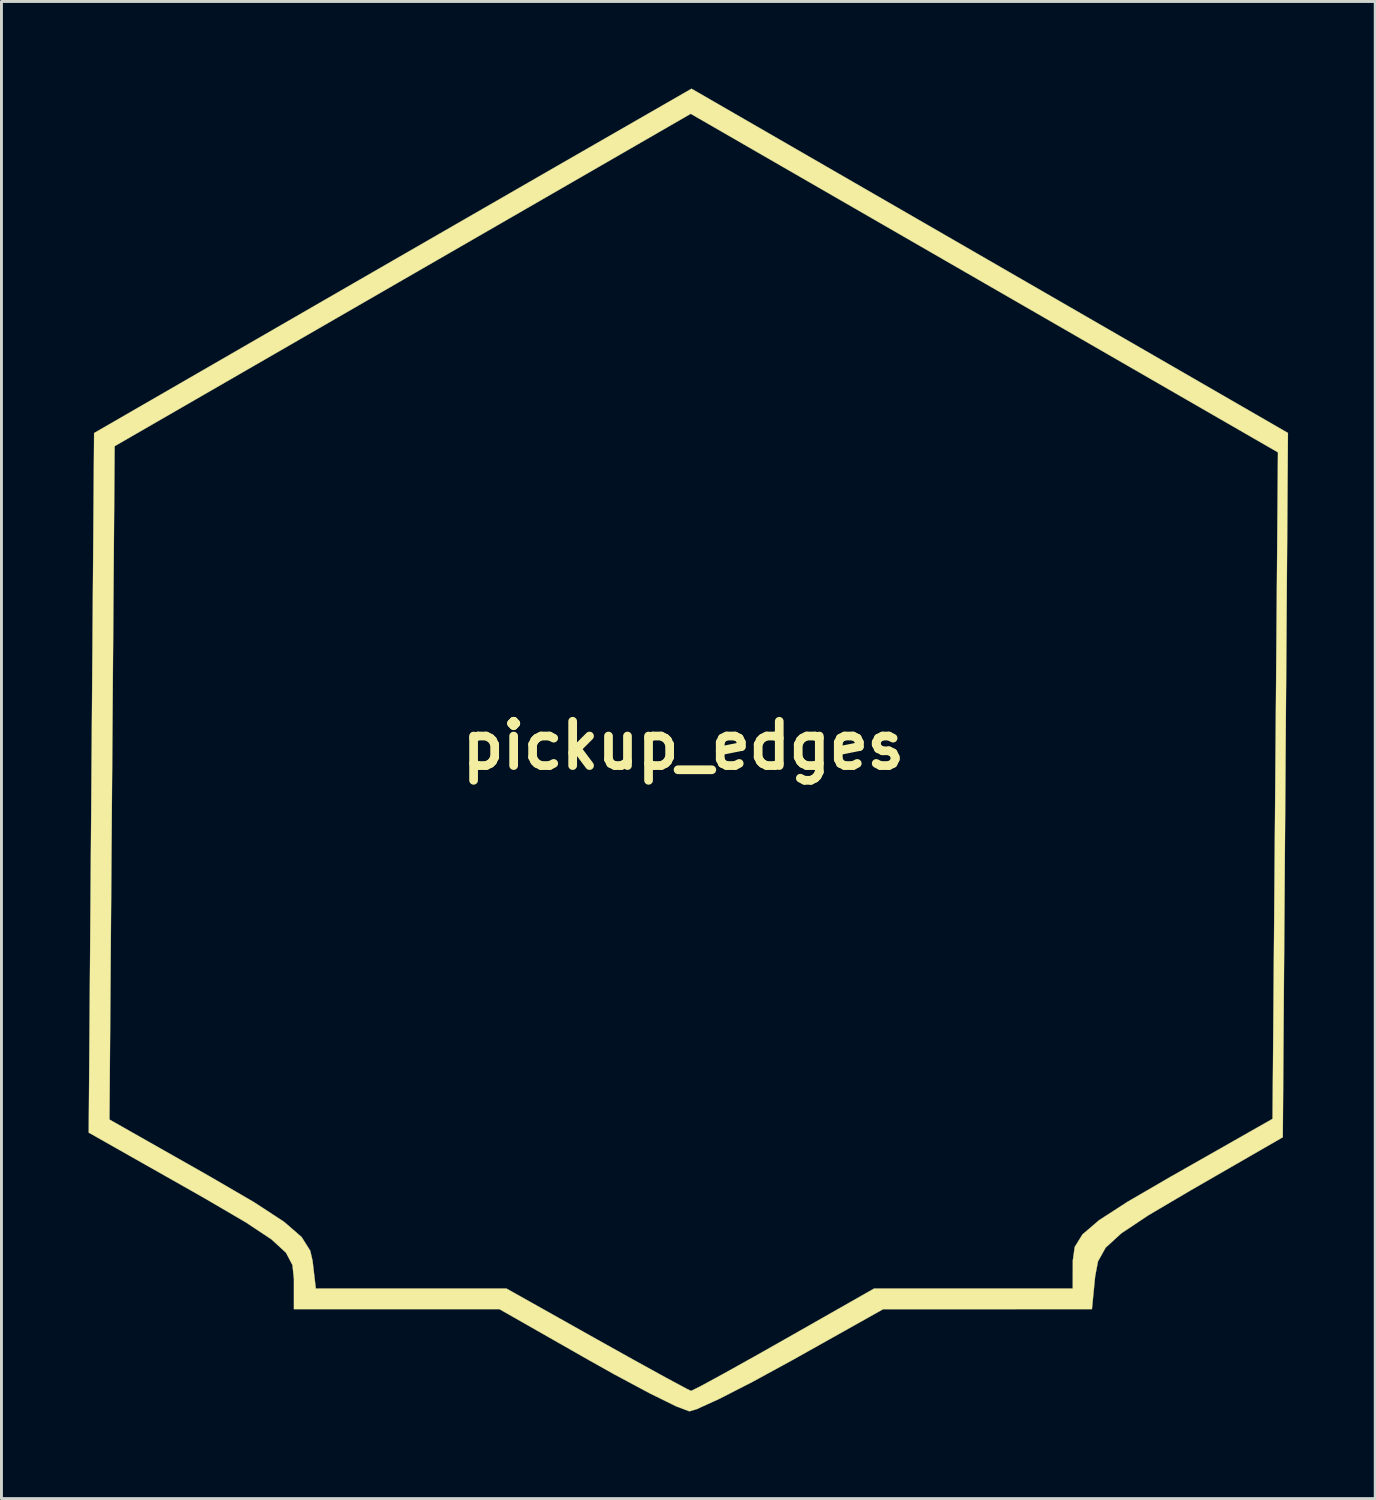
<source format=kicad_pcb>
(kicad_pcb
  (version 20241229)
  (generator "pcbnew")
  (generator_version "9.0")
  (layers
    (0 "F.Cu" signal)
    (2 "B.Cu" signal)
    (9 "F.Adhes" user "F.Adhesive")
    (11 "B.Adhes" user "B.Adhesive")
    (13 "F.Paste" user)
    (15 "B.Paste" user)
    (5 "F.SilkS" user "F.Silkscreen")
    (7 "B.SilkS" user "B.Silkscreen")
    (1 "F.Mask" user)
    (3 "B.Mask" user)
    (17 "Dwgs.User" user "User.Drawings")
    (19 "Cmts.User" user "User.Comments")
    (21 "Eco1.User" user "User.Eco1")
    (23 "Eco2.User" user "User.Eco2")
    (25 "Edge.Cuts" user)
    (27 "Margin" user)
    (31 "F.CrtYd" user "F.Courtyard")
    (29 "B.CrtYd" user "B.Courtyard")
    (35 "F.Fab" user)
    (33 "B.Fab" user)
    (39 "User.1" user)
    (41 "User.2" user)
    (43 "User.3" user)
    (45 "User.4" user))
  (footprint "pickup_edges"
    (layer "F.Cu")
    (at 20.475 22.616)
    (property "Reference" "pickup_edges" (at 0 0 0) (layer "F.SilkS") (effects (font (size 1.524 1.524) (thickness 0.3))))
    (attr through_hole)
    (fp_poly (pts (xy 10.547 -16.686) (xy 20.814 -10.76) (xy 20.637 13.485) (xy 17.462 15.315) (xy 16.018 16.166) (xy 15.082 16.789) (xy 14.538 17.286) (xy 14.274 17.76) (xy 14.177 18.273) (xy 14.066 19.403) (xy 10.473 19.404) (xy 6.879 19.404) (xy 3.736 21.167) (xy 2.381 21.906) (xy 1.238 22.491) (xy 0.457 22.847) (xy 0.208 22.92) (xy -0.245 22.75) (xy -1.158 22.3) (xy -2.378 21.647) (xy -3.254 21.156) (xy -6.332 19.403) (xy -13.406 19.403) (xy -13.406 18.364) (xy -13.456 17.886) (xy -13.678 17.462) (xy -14.176 17.003) (xy -15.056 16.419) (xy -16.421 15.62) (xy -16.938 15.326) (xy -20.47 13.326) (xy -20.467 12.876) (xy -19.757 12.876) (xy -16.317 14.827) (xy -14.771 15.727) (xy -13.748 16.396) (xy -13.142 16.921) (xy -12.846 17.39) (xy -12.765 17.737) (xy -12.653 18.697) (xy -6.086 18.697) (xy -2.955 20.455) (xy -1.64 21.189) (xy -0.578 21.774) (xy 0.097 22.136) (xy 0.267 22.219) (xy 0.592 22.058) (xy 1.395 21.621) (xy 2.542 20.981) (xy 3.461 20.461) (xy 6.563 18.697) (xy 13.406 18.697) (xy 13.409 17.727) (xy 13.475 17.262) (xy 13.741 16.831) (xy 14.311 16.343) (xy 15.292 15.708) (xy 16.789 14.838) (xy 16.848 14.805) (xy 20.285 12.852) (xy 20.471 -10.093) (xy 10.362 -15.921) (xy 0.254 -21.749) (xy -9.663 -16.028) (xy -19.579 -10.306) (xy -19.668 1.285) (xy -19.757 12.876) (xy -20.467 12.876) (xy -20.285 -10.758) (xy -14.64 -14.017) (xy -12.393 -15.314) (xy -9.932 -16.733) (xy -7.492 -18.139) (xy -5.308 -19.397) (xy -4.358 -19.944) (xy 0.281 -22.611) (xy 10.547 -16.686)) (stroke (width 0.01) (type solid)) (fill yes) (layer "F.SilkS")))
  (gr_rect
    (start -3 -3)
    (end 44.294 48.542)
    (stroke (width 0.1) (type default))
    (fill no)
    (layer "Edge.Cuts")))
</source>
